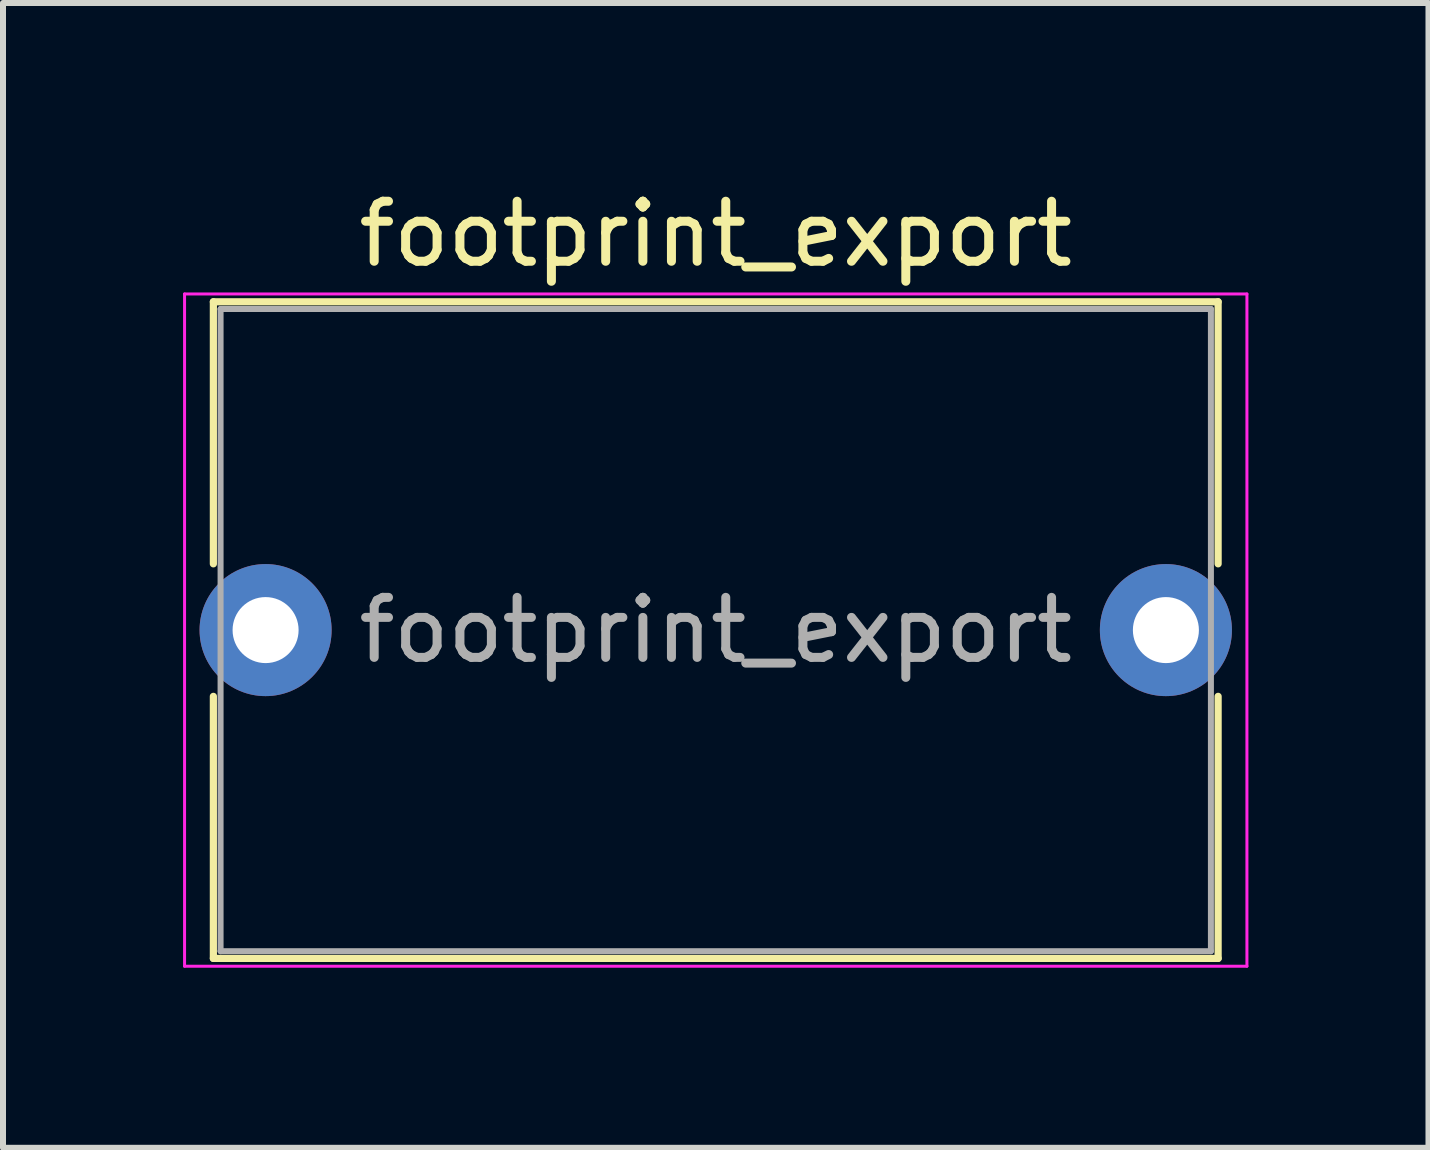
<source format=kicad_pcb>
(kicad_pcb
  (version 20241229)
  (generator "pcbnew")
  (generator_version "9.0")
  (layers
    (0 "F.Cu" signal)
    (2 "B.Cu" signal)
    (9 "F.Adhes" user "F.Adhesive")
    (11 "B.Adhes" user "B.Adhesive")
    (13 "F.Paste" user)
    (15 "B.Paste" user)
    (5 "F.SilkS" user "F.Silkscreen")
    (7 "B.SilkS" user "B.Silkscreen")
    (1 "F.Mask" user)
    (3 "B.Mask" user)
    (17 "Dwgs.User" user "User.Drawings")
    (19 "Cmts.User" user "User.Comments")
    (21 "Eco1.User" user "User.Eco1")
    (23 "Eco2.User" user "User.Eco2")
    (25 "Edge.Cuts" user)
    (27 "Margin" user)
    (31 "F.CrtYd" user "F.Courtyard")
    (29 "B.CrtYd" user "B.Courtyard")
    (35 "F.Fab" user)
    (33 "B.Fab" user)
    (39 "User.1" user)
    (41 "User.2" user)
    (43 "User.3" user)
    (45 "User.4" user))
  (footprint "footprint_export"
    (layer "F.Cu")
    (at 1.375 7.448)
    (property "Reference" "footprint_export" (at 7.5 -6.6 0) (layer "F.SilkS") (effects (font (size 1 1) (thickness 0.15))))
    (attr through_hole)
    (fp_line (start -0.87 -5.47) (end -0.87 -1.104) (stroke (width 0.12) (type solid)) (layer "F.SilkS"))
    (fp_line (start -0.87 -5.47) (end 15.87 -5.47) (stroke (width 0.12) (type solid)) (layer "F.SilkS"))
    (fp_line (start -0.87 1.104) (end -0.87 5.47) (stroke (width 0.12) (type solid)) (layer "F.SilkS"))
    (fp_line (start -0.87 5.47) (end 15.87 5.47) (stroke (width 0.12) (type solid)) (layer "F.SilkS"))
    (fp_line (start 15.87 -5.47) (end 15.87 -1.104) (stroke (width 0.12) (type solid)) (layer "F.SilkS"))
    (fp_line (start 15.87 1.104) (end 15.87 5.47) (stroke (width 0.12) (type solid)) (layer "F.SilkS"))
    (fp_line (start -1.35 -5.6) (end -1.35 5.6) (stroke (width 0.05) (type solid)) (layer "F.CrtYd"))
    (fp_line (start -1.35 5.6) (end 16.35 5.6) (stroke (width 0.05) (type solid)) (layer "F.CrtYd"))
    (fp_line (start 16.35 -5.6) (end -1.35 -5.6) (stroke (width 0.05) (type solid)) (layer "F.CrtYd"))
    (fp_line (start 16.35 5.6) (end 16.35 -5.6) (stroke (width 0.05) (type solid)) (layer "F.CrtYd"))
    (fp_line (start -0.75 -5.35) (end -0.75 5.35) (stroke (width 0.1) (type solid)) (layer "F.Fab"))
    (fp_line (start -0.75 5.35) (end 15.75 5.35) (stroke (width 0.1) (type solid)) (layer "F.Fab"))
    (fp_line (start 15.75 -5.35) (end -0.75 -5.35) (stroke (width 0.1) (type solid)) (layer "F.Fab"))
    (fp_line (start 15.75 5.35) (end 15.75 -5.35) (stroke (width 0.1) (type solid)) (layer "F.Fab"))
    (fp_text user "${REFERENCE}" (at 7.5 0 0) (layer "F.Fab") (effects (font (size 1 1) (thickness 0.15))))
    (pad "1" thru_hole circle (at 0 0) (size 2.2 2.2) (drill 1.1) (layers "*.Cu" "*.Mask"))
    (pad "2" thru_hole circle (at 15 0) (size 2.2 2.2) (drill 1.1) (layers "*.Cu" "*.Mask")))
  (gr_rect
    (start -3 -3)
    (end 20.75 16.073)
    (stroke (width 0.1) (type default))
    (fill no)
    (layer "Edge.Cuts")))
</source>
